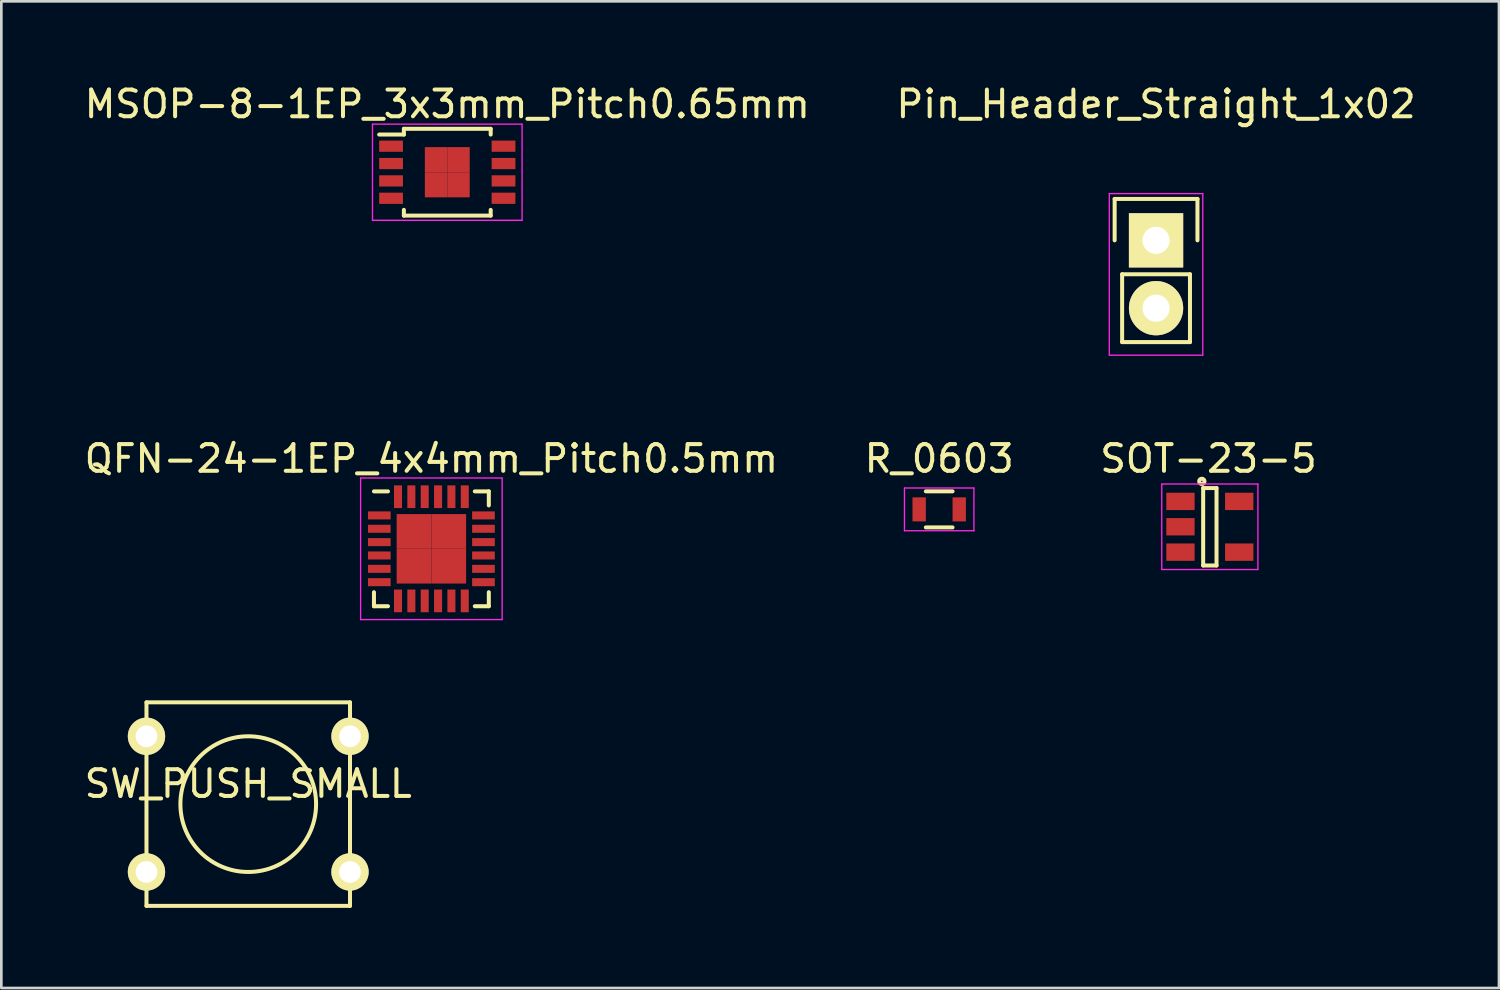
<source format=kicad_pcb>
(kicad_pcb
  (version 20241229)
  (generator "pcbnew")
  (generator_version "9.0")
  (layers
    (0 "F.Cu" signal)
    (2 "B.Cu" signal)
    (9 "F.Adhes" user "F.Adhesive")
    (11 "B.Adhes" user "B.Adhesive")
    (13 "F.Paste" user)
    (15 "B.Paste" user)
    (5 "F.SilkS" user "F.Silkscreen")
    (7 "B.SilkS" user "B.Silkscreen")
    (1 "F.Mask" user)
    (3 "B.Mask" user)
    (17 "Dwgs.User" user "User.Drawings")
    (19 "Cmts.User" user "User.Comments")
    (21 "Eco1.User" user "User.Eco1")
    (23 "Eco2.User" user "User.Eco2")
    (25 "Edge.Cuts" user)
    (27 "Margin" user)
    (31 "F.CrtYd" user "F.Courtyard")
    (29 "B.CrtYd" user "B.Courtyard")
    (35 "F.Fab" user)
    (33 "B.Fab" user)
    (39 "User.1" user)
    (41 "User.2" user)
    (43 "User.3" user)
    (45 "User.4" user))
  (footprint "R_0603"
    (placed yes)
    (layer "F.Cu")
    (at 32.113 16.021)
    (property "Reference" "R_0603" (at 0 -1.9 0) (layer "F.SilkS") (effects (font (size 1 1) (thickness 0.15))))
    (attr smd)
    (fp_line (start -0.5 -0.675) (end 0.5 -0.675) (stroke (width 0.15) (type solid)) (layer "F.SilkS"))
    (fp_line (start 0.5 0.675) (end -0.5 0.675) (stroke (width 0.15) (type solid)) (layer "F.SilkS"))
    (fp_line (start -1.3 -0.8) (end -1.3 0.8) (stroke (width 0.05) (type solid)) (layer "F.CrtYd"))
    (fp_line (start -1.3 -0.8) (end 1.3 -0.8) (stroke (width 0.05) (type solid)) (layer "F.CrtYd"))
    (fp_line (start -1.3 0.8) (end 1.3 0.8) (stroke (width 0.05) (type solid)) (layer "F.CrtYd"))
    (fp_line (start 1.3 -0.8) (end 1.3 0.8) (stroke (width 0.05) (type solid)) (layer "F.CrtYd"))
    (pad "1" smd rect (at -0.75 0) (size 0.5 0.9) (layers "F.Cu" "F.Mask" "F.Paste"))
    (pad "2" smd rect (at 0.75 0) (size 0.5 0.9) (layers "F.Cu" "F.Mask" "F.Paste")))
  (footprint "SW_PUSH_SMALL"
    (placed yes)
    (layer "F.Cu")
    (at 6.244 27.056)
    (property "Reference" "SW_PUSH_SMALL" (at 0 -0.762 0) (layer "F.SilkS") (effects (font (size 1 1) (thickness 0.15))))
    (attr through_hole)
    (fp_line (start -3.81 -3.81) (end -3.81 3.81) (stroke (width 0.15) (type solid)) (layer "F.SilkS"))
    (fp_line (start -3.81 -3.81) (end 3.81 -3.81) (stroke (width 0.15) (type solid)) (layer "F.SilkS"))
    (fp_line (start 3.81 -3.81) (end 3.81 3.81) (stroke (width 0.15) (type solid)) (layer "F.SilkS"))
    (fp_line (start 3.81 3.81) (end -3.81 3.81) (stroke (width 0.15) (type solid)) (layer "F.SilkS"))
    (fp_circle (center 0 0) (end 0 -2.54) (stroke (width 0.15) (type solid)) (fill no) (layer "F.SilkS"))
    (pad "1" thru_hole circle (at -3.81 -2.54) (size 1.397 1.397) (drill 0.813) (layers "*.Cu" "*.Mask" "F.SilkS"))
    (pad "1" thru_hole circle (at 3.81 -2.54) (size 1.397 1.397) (drill 0.813) (layers "*.Cu" "*.Mask" "F.SilkS"))
    (pad "2" thru_hole circle (at -3.81 2.54) (size 1.397 1.397) (drill 0.813) (layers "*.Cu" "*.Mask" "F.SilkS"))
    (pad "2" thru_hole circle (at 3.81 2.54) (size 1.397 1.397) (drill 0.813) (layers "*.Cu" "*.Mask" "F.SilkS")))
  (footprint "QFN-24-1EP_4x4mm_Pitch0.5mm"
    (placed yes)
    (layer "F.Cu")
    (at 13.101 17.497)
    (property "Reference" "QFN-24-1EP_4x4mm_Pitch0.5mm" (at 0 -3.375 0) (layer "F.SilkS") (effects (font (size 1 1) (thickness 0.15))))
    (attr smd)
    (fp_line (start -2.15 -2.15) (end -1.625 -2.15) (stroke (width 0.15) (type solid)) (layer "F.SilkS"))
    (fp_line (start -2.15 2.15) (end -2.15 1.625) (stroke (width 0.15) (type solid)) (layer "F.SilkS"))
    (fp_line (start -2.15 2.15) (end -1.625 2.15) (stroke (width 0.15) (type solid)) (layer "F.SilkS"))
    (fp_line (start 2.15 -2.15) (end 1.625 -2.15) (stroke (width 0.15) (type solid)) (layer "F.SilkS"))
    (fp_line (start 2.15 -2.15) (end 2.15 -1.625) (stroke (width 0.15) (type solid)) (layer "F.SilkS"))
    (fp_line (start 2.15 2.15) (end 1.625 2.15) (stroke (width 0.15) (type solid)) (layer "F.SilkS"))
    (fp_line (start 2.15 2.15) (end 2.15 1.625) (stroke (width 0.15) (type solid)) (layer "F.SilkS"))
    (fp_line (start -2.65 -2.65) (end -2.65 2.65) (stroke (width 0.05) (type solid)) (layer "F.CrtYd"))
    (fp_line (start -2.65 -2.65) (end 2.65 -2.65) (stroke (width 0.05) (type solid)) (layer "F.CrtYd"))
    (fp_line (start -2.65 2.65) (end 2.65 2.65) (stroke (width 0.05) (type solid)) (layer "F.CrtYd"))
    (fp_line (start 2.65 -2.65) (end 2.65 2.65) (stroke (width 0.05) (type solid)) (layer "F.CrtYd"))
    (pad "1" smd rect (at -1.95 -1.25) (size 0.85 0.3) (layers "F.Cu" "F.Mask" "F.Paste"))
    (pad "2" smd rect (at -1.95 -0.75) (size 0.85 0.3) (layers "F.Cu" "F.Mask" "F.Paste"))
    (pad "3" smd rect (at -1.95 -0.25) (size 0.85 0.3) (layers "F.Cu" "F.Mask" "F.Paste"))
    (pad "4" smd rect (at -1.95 0.25) (size 0.85 0.3) (layers "F.Cu" "F.Mask" "F.Paste"))
    (pad "5" smd rect (at -1.95 0.75) (size 0.85 0.3) (layers "F.Cu" "F.Mask" "F.Paste"))
    (pad "6" smd rect (at -1.95 1.25) (size 0.85 0.3) (layers "F.Cu" "F.Mask" "F.Paste"))
    (pad "7" smd rect (at -1.25 1.95 90) (size 0.85 0.3) (layers "F.Cu" "F.Mask" "F.Paste"))
    (pad "8" smd rect (at -0.75 1.95 90) (size 0.85 0.3) (layers "F.Cu" "F.Mask" "F.Paste"))
    (pad "9" smd rect (at -0.25 1.95 90) (size 0.85 0.3) (layers "F.Cu" "F.Mask" "F.Paste"))
    (pad "10" smd rect (at 0.25 1.95 90) (size 0.85 0.3) (layers "F.Cu" "F.Mask" "F.Paste"))
    (pad "11" smd rect (at 0.75 1.95 90) (size 0.85 0.3) (layers "F.Cu" "F.Mask" "F.Paste"))
    (pad "12" smd rect (at 1.25 1.95 90) (size 0.85 0.3) (layers "F.Cu" "F.Mask" "F.Paste"))
    (pad "13" smd rect (at 1.95 1.25) (size 0.85 0.3) (layers "F.Cu" "F.Mask" "F.Paste"))
    (pad "14" smd rect (at 1.95 0.75) (size 0.85 0.3) (layers "F.Cu" "F.Mask" "F.Paste"))
    (pad "15" smd rect (at 1.95 0.25) (size 0.85 0.3) (layers "F.Cu" "F.Mask" "F.Paste"))
    (pad "16" smd rect (at 1.95 -0.25) (size 0.85 0.3) (layers "F.Cu" "F.Mask" "F.Paste"))
    (pad "17" smd rect (at 1.95 -0.75) (size 0.85 0.3) (layers "F.Cu" "F.Mask" "F.Paste"))
    (pad "18" smd rect (at 1.95 -1.25) (size 0.85 0.3) (layers "F.Cu" "F.Mask" "F.Paste"))
    (pad "19" smd rect (at 1.25 -1.95 90) (size 0.85 0.3) (layers "F.Cu" "F.Mask" "F.Paste"))
    (pad "20" smd rect (at 0.75 -1.95 90) (size 0.85 0.3) (layers "F.Cu" "F.Mask" "F.Paste"))
    (pad "21" smd rect (at 0.25 -1.95 90) (size 0.85 0.3) (layers "F.Cu" "F.Mask" "F.Paste"))
    (pad "22" smd rect (at -0.25 -1.95 90) (size 0.85 0.3) (layers "F.Cu" "F.Mask" "F.Paste"))
    (pad "23" smd rect (at -0.75 -1.95 90) (size 0.85 0.3) (layers "F.Cu" "F.Mask" "F.Paste"))
    (pad "24" smd rect (at -1.25 -1.95 90) (size 0.85 0.3) (layers "F.Cu" "F.Mask" "F.Paste"))
    (pad "25" smd rect (at -0.65 -0.65) (size 1.3 1.3) (layers "F.Cu" "F.Mask" "F.Paste"))
    (pad "25" smd rect (at -0.65 0.65) (size 1.3 1.3) (layers "F.Cu" "F.Mask" "F.Paste"))
    (pad "25" smd rect (at 0.65 -0.65) (size 1.3 1.3) (layers "F.Cu" "F.Mask" "F.Paste"))
    (pad "25" smd rect (at 0.65 0.65) (size 1.3 1.3) (layers "F.Cu" "F.Mask" "F.Paste")))
  (footprint "MSOP-8-1EP_3x3mm_Pitch0.65mm"
    (layer "F.Cu")
    (at 13.696 3.398)
    (property "Reference" "MSOP-8-1EP_3x3mm_Pitch0.65mm" (at 0 -2.55 0) (layer "F.SilkS") (effects (font (size 1 1) (thickness 0.15))))
    (attr smd)
    (fp_line (start -1.625 -1.625) (end -1.625 -1.41) (stroke (width 0.15) (type solid)) (layer "F.SilkS"))
    (fp_line (start -1.625 -1.625) (end 1.625 -1.625) (stroke (width 0.15) (type solid)) (layer "F.SilkS"))
    (fp_line (start -1.625 -1.41) (end -2.55 -1.41) (stroke (width 0.15) (type solid)) (layer "F.SilkS"))
    (fp_line (start -1.625 1.625) (end -1.625 1.41) (stroke (width 0.15) (type solid)) (layer "F.SilkS"))
    (fp_line (start -1.625 1.625) (end 1.625 1.625) (stroke (width 0.15) (type solid)) (layer "F.SilkS"))
    (fp_line (start 1.625 -1.625) (end 1.625 -1.41) (stroke (width 0.15) (type solid)) (layer "F.SilkS"))
    (fp_line (start 1.625 1.625) (end 1.625 1.41) (stroke (width 0.15) (type solid)) (layer "F.SilkS"))
    (fp_line (start -2.8 -1.8) (end -2.8 1.8) (stroke (width 0.05) (type solid)) (layer "F.CrtYd"))
    (fp_line (start -2.8 -1.8) (end 2.8 -1.8) (stroke (width 0.05) (type solid)) (layer "F.CrtYd"))
    (fp_line (start -2.8 1.8) (end 2.8 1.8) (stroke (width 0.05) (type solid)) (layer "F.CrtYd"))
    (fp_line (start 2.8 -1.8) (end 2.8 1.8) (stroke (width 0.05) (type solid)) (layer "F.CrtYd"))
    (pad "1" smd rect (at -2.105 -0.975) (size 0.89 0.42) (layers "F.Cu" "F.Mask" "F.Paste"))
    (pad "2" smd rect (at -2.105 -0.325) (size 0.89 0.42) (layers "F.Cu" "F.Mask" "F.Paste"))
    (pad "3" smd rect (at -2.105 0.325) (size 0.89 0.42) (layers "F.Cu" "F.Mask" "F.Paste"))
    (pad "4" smd rect (at -2.105 0.975) (size 0.89 0.42) (layers "F.Cu" "F.Mask" "F.Paste"))
    (pad "5" smd rect (at 2.105 0.975) (size 0.89 0.42) (layers "F.Cu" "F.Mask" "F.Paste"))
    (pad "6" smd rect (at 2.105 0.325) (size 0.89 0.42) (layers "F.Cu" "F.Mask" "F.Paste"))
    (pad "7" smd rect (at 2.105 -0.325) (size 0.89 0.42) (layers "F.Cu" "F.Mask" "F.Paste"))
    (pad "8" smd rect (at 2.105 -0.975) (size 0.89 0.42) (layers "F.Cu" "F.Mask" "F.Paste"))
    (pad "9" smd rect (at -0.42 -0.47) (size 0.84 0.94) (layers "F.Cu" "F.Mask" "F.Paste"))
    (pad "9" smd rect (at -0.42 0.47) (size 0.84 0.94) (layers "F.Cu" "F.Mask" "F.Paste"))
    (pad "9" smd rect (at 0.42 -0.47) (size 0.84 0.94) (layers "F.Cu" "F.Mask" "F.Paste"))
    (pad "9" smd rect (at 0.42 0.47) (size 0.84 0.94) (layers "F.Cu" "F.Mask" "F.Paste")))
  (footprint "Pin_Header_Straight_1x02"
    (layer "F.Cu")
    (at 40.232 5.948)
    (property "Reference" "Pin_Header_Straight_1x02" (at 0 -5.1 0) (layer "F.SilkS") (effects (font (size 1 1) (thickness 0.15))))
    (attr through_hole)
    (fp_line (start -1.55 -1.55) (end 1.55 -1.55) (stroke (width 0.15) (type solid)) (layer "F.SilkS"))
    (fp_line (start -1.55 0) (end -1.55 -1.55) (stroke (width 0.15) (type solid)) (layer "F.SilkS"))
    (fp_line (start -1.27 1.27) (end -1.27 3.81) (stroke (width 0.15) (type solid)) (layer "F.SilkS"))
    (fp_line (start -1.27 3.81) (end 1.27 3.81) (stroke (width 0.15) (type solid)) (layer "F.SilkS"))
    (fp_line (start 1.27 1.27) (end -1.27 1.27) (stroke (width 0.15) (type solid)) (layer "F.SilkS"))
    (fp_line (start 1.27 1.27) (end 1.27 3.81) (stroke (width 0.15) (type solid)) (layer "F.SilkS"))
    (fp_line (start 1.55 -1.55) (end 1.55 0) (stroke (width 0.15) (type solid)) (layer "F.SilkS"))
    (fp_line (start -1.75 -1.75) (end -1.75 4.3) (stroke (width 0.05) (type solid)) (layer "F.CrtYd"))
    (fp_line (start -1.75 -1.75) (end 1.75 -1.75) (stroke (width 0.05) (type solid)) (layer "F.CrtYd"))
    (fp_line (start -1.75 4.3) (end 1.75 4.3) (stroke (width 0.05) (type solid)) (layer "F.CrtYd"))
    (fp_line (start 1.75 -1.75) (end 1.75 4.3) (stroke (width 0.05) (type solid)) (layer "F.CrtYd"))
    (pad "1" thru_hole rect (at 0 0) (size 2.032 2.032) (drill 1.016) (layers "*.Cu" "*.Mask" "F.SilkS"))
    (pad "2" thru_hole oval (at 0 2.54) (size 2.032 2.032) (drill 1.016) (layers "*.Cu" "*.Mask" "F.SilkS")))
  (footprint "SOT-23-5"
    (placed yes)
    (layer "F.Cu")
    (at 42.246 16.672)
    (property "Reference" "SOT-23-5" (at -0.05 -2.55 0) (layer "F.SilkS") (effects (font (size 1 1) (thickness 0.15))))
    (attr smd)
    (fp_line (start -0.25 -1.45) (end -0.25 1.45) (stroke (width 0.15) (type solid)) (layer "F.SilkS"))
    (fp_line (start -0.25 1.45) (end 0.25 1.45) (stroke (width 0.15) (type solid)) (layer "F.SilkS"))
    (fp_line (start 0.25 -1.45) (end -0.25 -1.45) (stroke (width 0.15) (type solid)) (layer "F.SilkS"))
    (fp_line (start 0.25 1.45) (end 0.25 -1.45) (stroke (width 0.15) (type solid)) (layer "F.SilkS"))
    (fp_circle (center -0.3 -1.7) (end -0.2 -1.7) (stroke (width 0.15) (type solid)) (fill no) (layer "F.SilkS"))
    (fp_line (start -1.8 -1.6) (end 1.8 -1.6) (stroke (width 0.05) (type solid)) (layer "F.CrtYd"))
    (fp_line (start -1.8 1.6) (end -1.8 -1.6) (stroke (width 0.05) (type solid)) (layer "F.CrtYd"))
    (fp_line (start 1.8 -1.6) (end 1.8 1.6) (stroke (width 0.05) (type solid)) (layer "F.CrtYd"))
    (fp_line (start 1.8 1.6) (end -1.8 1.6) (stroke (width 0.05) (type solid)) (layer "F.CrtYd"))
    (pad "1" smd rect (at -1.1 -0.95) (size 1.06 0.65) (layers "F.Cu" "F.Mask" "F.Paste"))
    (pad "2" smd rect (at -1.1 0) (size 1.06 0.65) (layers "F.Cu" "F.Mask" "F.Paste"))
    (pad "3" smd rect (at -1.1 0.95) (size 1.06 0.65) (layers "F.Cu" "F.Mask" "F.Paste"))
    (pad "4" smd rect (at 1.1 0.95) (size 1.06 0.65) (layers "F.Cu" "F.Mask" "F.Paste"))
    (pad "5" smd rect (at 1.1 -0.95) (size 1.06 0.65) (layers "F.Cu" "F.Mask" "F.Paste")))
  (gr_rect
    (start -3 -3)
    (end 53.071 33.941)
    (stroke (width 0.1) (type default))
    (fill no)
    (layer "Edge.Cuts")))
</source>
